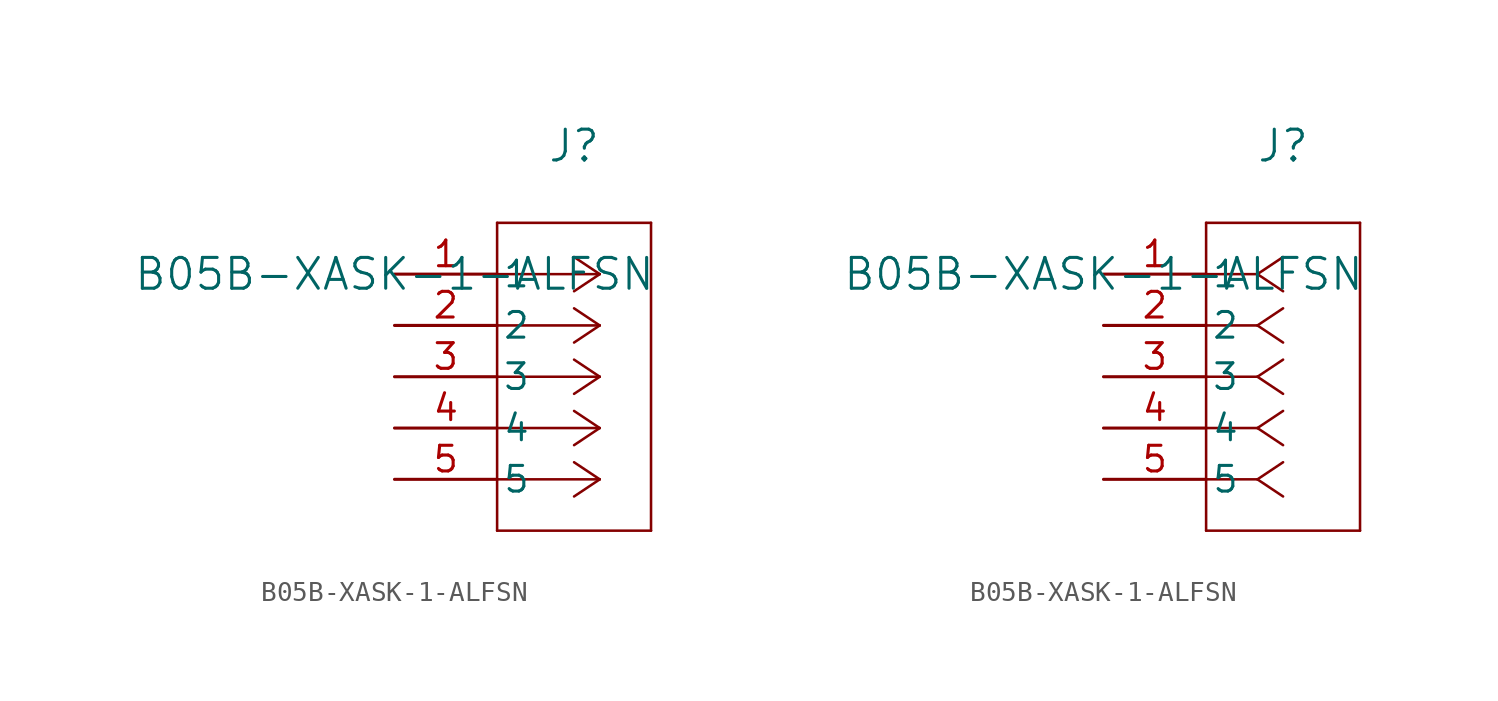
<source format=kicad_sym>
(kicad_symbol_lib
  (version 20211014)
  (generator kicad_symbol_editor)
  (symbol "B05B-XASK-1-ALFSN"
    (pin_names
      (offset 0.254))
    (property "Reference" "J"
      (at 8.89 6.35 0)
      (effects (font (size 1.524 1.524))))
    (property "Value" "B05B-XASK-1-ALFSN"
      (at 0 0 0)
      (effects (font (size 1.524 1.524))))
    (symbol "B05B-XASK-1-ALFSN_1_1"
      (polyline (pts (xy 10.16 0) (xy 5.08 0)) (stroke (width 0.127) (type default) (color 0 0 0 0)) (fill (type none)))
      (polyline (pts (xy 10.16 -2.54) (xy 5.08 -2.54)) (stroke (width 0.127) (type default) (color 0 0 0 0)) (fill (type none)))
      (polyline (pts (xy 10.16 -5.08) (xy 5.08 -5.08)) (stroke (width 0.127) (type default) (color 0 0 0 0)) (fill (type none)))
      (polyline (pts (xy 10.16 -7.62) (xy 5.08 -7.62)) (stroke (width 0.127) (type default) (color 0 0 0 0)) (fill (type none)))
      (polyline (pts (xy 10.16 -10.16) (xy 5.08 -10.16)) (stroke (width 0.127) (type default) (color 0 0 0 0)) (fill (type none)))
      (polyline (pts (xy 10.16 0) (xy 8.89 0.847)) (stroke (width 0.127) (type default) (color 0 0 0 0)) (fill (type none)))
      (polyline (pts (xy 10.16 -2.54) (xy 8.89 -1.693)) (stroke (width 0.127) (type default) (color 0 0 0 0)) (fill (type none)))
      (polyline (pts (xy 10.16 -5.08) (xy 8.89 -4.233)) (stroke (width 0.127) (type default) (color 0 0 0 0)) (fill (type none)))
      (polyline (pts (xy 10.16 -7.62) (xy 8.89 -6.773)) (stroke (width 0.127) (type default) (color 0 0 0 0)) (fill (type none)))
      (polyline (pts (xy 10.16 -10.16) (xy 8.89 -9.313)) (stroke (width 0.127) (type default) (color 0 0 0 0)) (fill (type none)))
      (polyline (pts (xy 10.16 0) (xy 8.89 -0.847)) (stroke (width 0.127) (type default) (color 0 0 0 0)) (fill (type none)))
      (polyline (pts (xy 10.16 -2.54) (xy 8.89 -3.387)) (stroke (width 0.127) (type default) (color 0 0 0 0)) (fill (type none)))
      (polyline (pts (xy 10.16 -5.08) (xy 8.89 -5.927)) (stroke (width 0.127) (type default) (color 0 0 0 0)) (fill (type none)))
      (polyline (pts (xy 10.16 -7.62) (xy 8.89 -8.467)) (stroke (width 0.127) (type default) (color 0 0 0 0)) (fill (type none)))
      (polyline (pts (xy 10.16 -10.16) (xy 8.89 -11.007)) (stroke (width 0.127) (type default) (color 0 0 0 0)) (fill (type none)))
      (polyline (pts (xy 5.08 2.54) (xy 5.08 -12.7)) (stroke (width 0.127) (type default) (color 0 0 0 0)) (fill (type none)))
      (polyline (pts (xy 5.08 -12.7) (xy 12.7 -12.7)) (stroke (width 0.127) (type default) (color 0 0 0 0)) (fill (type none)))
      (polyline (pts (xy 12.7 -12.7) (xy 12.7 2.54)) (stroke (width 0.127) (type default) (color 0 0 0 0)) (fill (type none)))
      (polyline (pts (xy 12.7 2.54) (xy 5.08 2.54)) (stroke (width 0.127) (type default) (color 0 0 0 0)) (fill (type none)))
      (pin unspecified line (at 0 0 0) (length 5.08) (name "1" (effects (font (size 1.27 1.27)))) (number "1" (effects (font (size 1.27 1.27)))))
      (pin unspecified line (at 0 -2.54 0) (length 5.08) (name "2" (effects (font (size 1.27 1.27)))) (number "2" (effects (font (size 1.27 1.27)))))
      (pin unspecified line (at 0 -5.08 0) (length 5.08) (name "3" (effects (font (size 1.27 1.27)))) (number "3" (effects (font (size 1.27 1.27)))))
      (pin unspecified line (at 0 -7.62 0) (length 5.08) (name "4" (effects (font (size 1.27 1.27)))) (number "4" (effects (font (size 1.27 1.27)))))
      (pin unspecified line (at 0 -10.16 0) (length 5.08) (name "5" (effects (font (size 1.27 1.27)))) (number "5" (effects (font (size 1.27 1.27))))))
    (symbol "B05B-XASK-1-ALFSN_1_2"
      (polyline (pts (xy 7.62 0) (xy 5.08 0)) (stroke (width 0.127) (type default) (color 0 0 0 0)) (fill (type none)))
      (polyline (pts (xy 7.62 -2.54) (xy 5.08 -2.54)) (stroke (width 0.127) (type default) (color 0 0 0 0)) (fill (type none)))
      (polyline (pts (xy 7.62 -5.08) (xy 5.08 -5.08)) (stroke (width 0.127) (type default) (color 0 0 0 0)) (fill (type none)))
      (polyline (pts (xy 7.62 -7.62) (xy 5.08 -7.62)) (stroke (width 0.127) (type default) (color 0 0 0 0)) (fill (type none)))
      (polyline (pts (xy 7.62 -10.16) (xy 5.08 -10.16)) (stroke (width 0.127) (type default) (color 0 0 0 0)) (fill (type none)))
      (polyline (pts (xy 7.62 0) (xy 8.89 0.847)) (stroke (width 0.127) (type default) (color 0 0 0 0)) (fill (type none)))
      (polyline (pts (xy 7.62 -2.54) (xy 8.89 -1.693)) (stroke (width 0.127) (type default) (color 0 0 0 0)) (fill (type none)))
      (polyline (pts (xy 7.62 -5.08) (xy 8.89 -4.233)) (stroke (width 0.127) (type default) (color 0 0 0 0)) (fill (type none)))
      (polyline (pts (xy 7.62 -7.62) (xy 8.89 -6.773)) (stroke (width 0.127) (type default) (color 0 0 0 0)) (fill (type none)))
      (polyline (pts (xy 7.62 -10.16) (xy 8.89 -9.313)) (stroke (width 0.127) (type default) (color 0 0 0 0)) (fill (type none)))
      (polyline (pts (xy 7.62 0) (xy 8.89 -0.847)) (stroke (width 0.127) (type default) (color 0 0 0 0)) (fill (type none)))
      (polyline (pts (xy 7.62 -2.54) (xy 8.89 -3.387)) (stroke (width 0.127) (type default) (color 0 0 0 0)) (fill (type none)))
      (polyline (pts (xy 7.62 -5.08) (xy 8.89 -5.927)) (stroke (width 0.127) (type default) (color 0 0 0 0)) (fill (type none)))
      (polyline (pts (xy 7.62 -7.62) (xy 8.89 -8.467)) (stroke (width 0.127) (type default) (color 0 0 0 0)) (fill (type none)))
      (polyline (pts (xy 7.62 -10.16) (xy 8.89 -11.007)) (stroke (width 0.127) (type default) (color 0 0 0 0)) (fill (type none)))
      (polyline (pts (xy 5.08 2.54) (xy 5.08 -12.7)) (stroke (width 0.127) (type default) (color 0 0 0 0)) (fill (type none)))
      (polyline (pts (xy 5.08 -12.7) (xy 12.7 -12.7)) (stroke (width 0.127) (type default) (color 0 0 0 0)) (fill (type none)))
      (polyline (pts (xy 12.7 -12.7) (xy 12.7 2.54)) (stroke (width 0.127) (type default) (color 0 0 0 0)) (fill (type none)))
      (polyline (pts (xy 12.7 2.54) (xy 5.08 2.54)) (stroke (width 0.127) (type default) (color 0 0 0 0)) (fill (type none)))
      (pin unspecified line (at 0 0 0) (length 5.08) (name "1" (effects (font (size 1.27 1.27)))) (number "1" (effects (font (size 1.27 1.27)))))
      (pin unspecified line (at 0 -2.54 0) (length 5.08) (name "2" (effects (font (size 1.27 1.27)))) (number "2" (effects (font (size 1.27 1.27)))))
      (pin unspecified line (at 0 -5.08 0) (length 5.08) (name "3" (effects (font (size 1.27 1.27)))) (number "3" (effects (font (size 1.27 1.27)))))
      (pin unspecified line (at 0 -7.62 0) (length 5.08) (name "4" (effects (font (size 1.27 1.27)))) (number "4" (effects (font (size 1.27 1.27)))))
      (pin unspecified line (at 0 -10.16 0) (length 5.08) (name "5" (effects (font (size 1.27 1.27)))) (number "5" (effects (font (size 1.27 1.27))))))))
</source>
